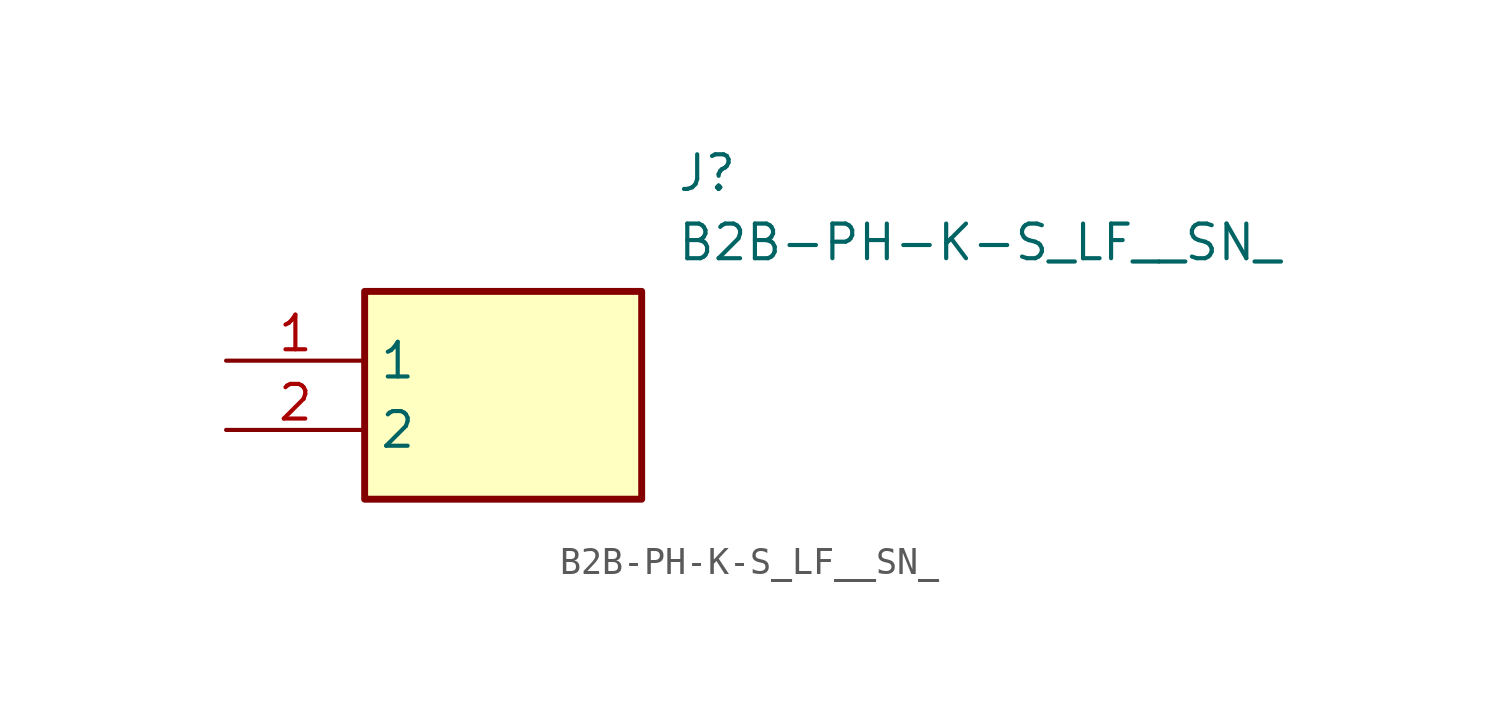
<source format=kicad_sym>
(kicad_symbol_lib
  (version 20211014)
  (generator SamacSys_ECAD_Model)
  (symbol "B2B-PH-K-S_LF__SN_"
    (property "Reference" "J"
      (at 16.51 7.62 0)
      (effects (font (size 1.27 1.27)) (justify left top)))
    (property "Value" "B2B-PH-K-S_LF__SN_"
      (at 16.51 5.08 0)
      (effects (font (size 1.27 1.27)) (justify left top)))
    (rectangle
      (start 5.08 2.54)
      (end 15.24 -5.08)
      (stroke (width 0.254) (type default))
      (fill (type background)))
    (pin passive line
      (at 0 0 0)
      (length 5.08)
      (name "1" (effects (font (size 1.27 1.27))))
      (number "1" (effects (font (size 1.27 1.27)))))
    (pin passive line
      (at 0 -2.54 0)
      (length 5.08)
      (name "2" (effects (font (size 1.27 1.27))))
      (number "2" (effects (font (size 1.27 1.27)))))))
</source>
